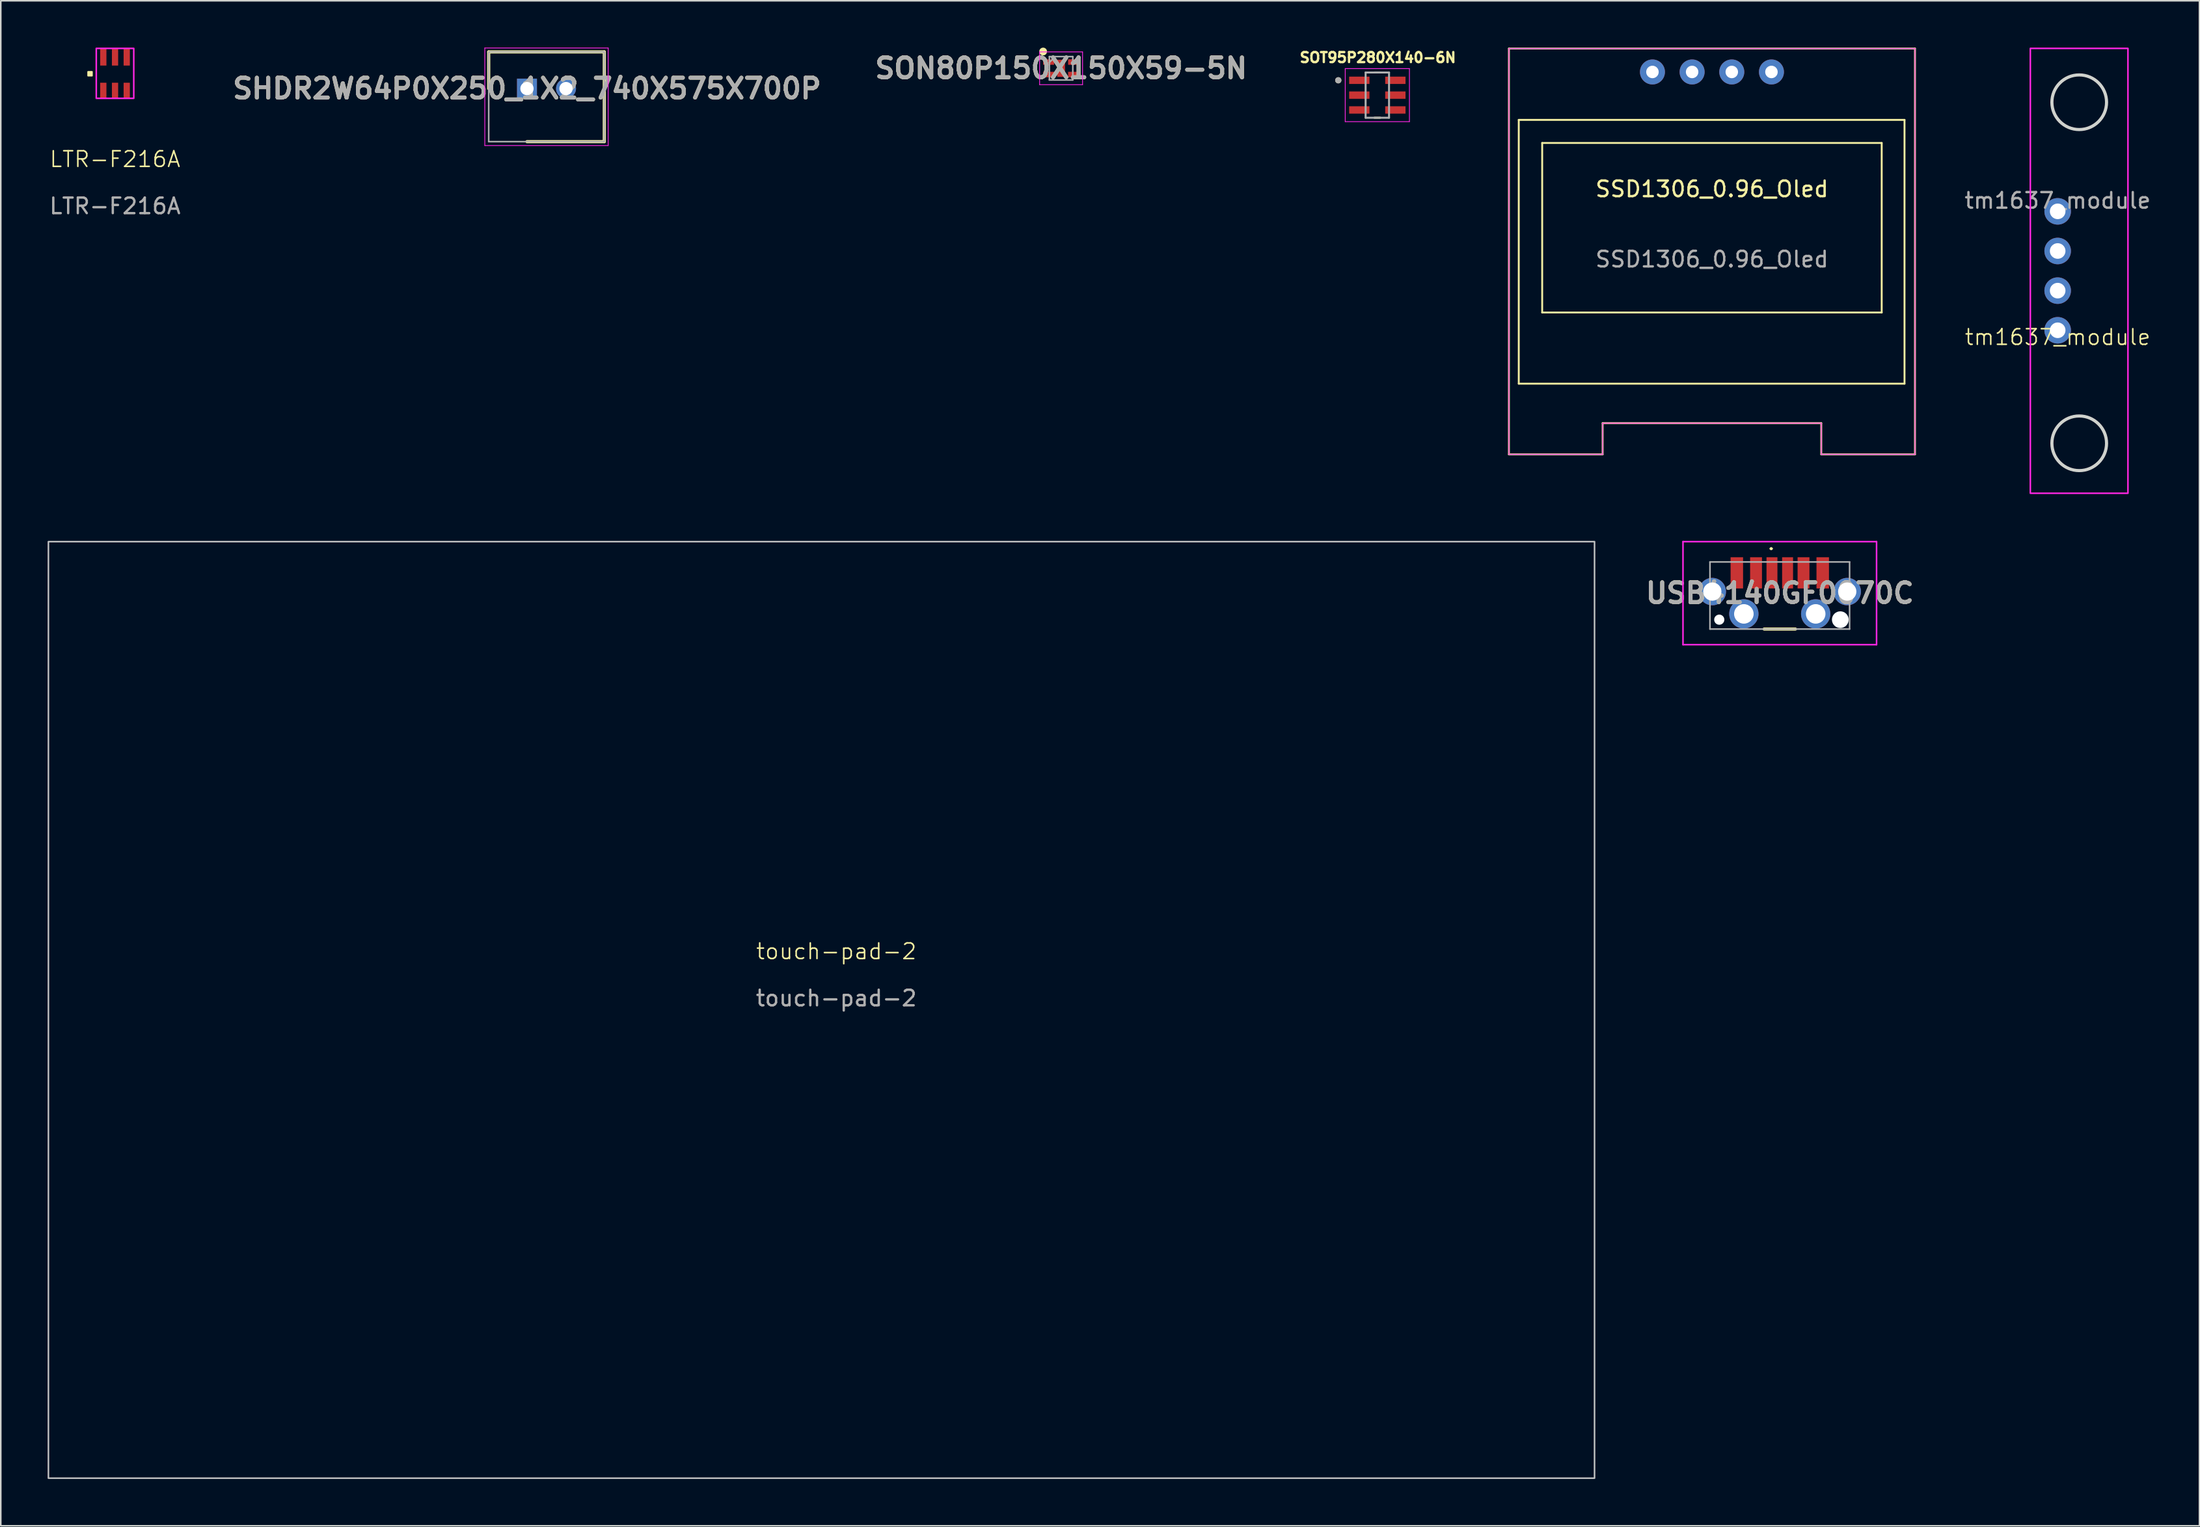
<source format=kicad_pcb>
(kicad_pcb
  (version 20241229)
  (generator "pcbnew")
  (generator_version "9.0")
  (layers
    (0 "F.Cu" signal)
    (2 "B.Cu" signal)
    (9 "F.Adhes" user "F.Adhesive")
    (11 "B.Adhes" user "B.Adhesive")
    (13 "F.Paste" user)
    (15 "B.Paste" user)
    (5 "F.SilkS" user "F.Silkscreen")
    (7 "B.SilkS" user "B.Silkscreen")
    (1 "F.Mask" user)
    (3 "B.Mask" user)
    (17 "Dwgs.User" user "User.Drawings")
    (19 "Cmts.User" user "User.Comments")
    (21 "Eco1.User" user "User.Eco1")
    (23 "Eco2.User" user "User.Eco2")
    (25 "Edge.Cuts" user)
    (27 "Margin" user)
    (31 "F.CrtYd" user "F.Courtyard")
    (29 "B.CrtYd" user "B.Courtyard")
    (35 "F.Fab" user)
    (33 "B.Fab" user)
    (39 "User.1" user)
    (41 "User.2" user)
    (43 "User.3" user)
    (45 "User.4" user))
  (footprint "LTR-F216A"
    (layer "F.Cu")
    (at 4.315 1.65)
    (property "Reference" "LTR-F216A" (at 0 5.5 0) (unlocked yes) (layer "F.SilkS") (effects (font (size 1 1) (thickness 0.1))))
    (attr smd)
    (fp_rect (start -1.725 -0.1) (end -1.475 0.15) (stroke (width 0.1) (type solid)) (fill yes) (layer "F.SilkS"))
    (fp_rect (start -1.2 -1.6) (end 1.2 1.6) (stroke (width 0.1) (type default)) (fill no) (layer "F.CrtYd"))
    (fp_text user "${REFERENCE}" (at 0 8.5 0) (unlocked yes) (layer "F.Fab") (effects (font (size 1 1) (thickness 0.15))))
    (pad "1" smd rect (at -0.75 1.1 180) (size 0.4 1) (layers "F.Cu" "F.Mask" "F.Paste"))
    (pad "2" smd rect (at 0 1.1 180) (size 0.4 1) (layers "F.Cu" "F.Mask" "F.Paste"))
    (pad "3" smd rect (at 0.75 1.1 180) (size 0.4 1) (layers "F.Cu" "F.Mask" "F.Paste"))
    (pad "4" smd rect (at 0.75 -1.05 180) (size 0.4 1.1) (layers "F.Cu" "F.Mask" "F.Paste"))
    (pad "5" smd rect (at 0 -1.05 180) (size 0.4 1.1) (layers "F.Cu" "F.Mask" "F.Paste"))
    (pad "6" smd rect (at -0.75 -1.05 180) (size 0.4 1.1) (layers "F.Cu" "F.Mask" "F.Paste")))
  (footprint "touch-pad-2"
    (layer "F.Cu")
    (at 50.5 58.4)
    (property "Reference" "touch-pad-2" (at 0 -0.5 0) (unlocked yes) (layer "F.SilkS") (effects (font (size 1 1) (thickness 0.1))))
    (attr smd)
    (fp_rect (start -50.45 -26.75) (end 48.55 33.25) (stroke (width 0.1) (type default)) (fill no) (layer "Dwgs.User"))
    (fp_text user "${REFERENCE}" (at 0 2.5 0) (unlocked yes) (layer "F.Fab") (effects (font (size 1 1) (thickness 0.15)))))
  (footprint "SHDR2W64P0X250_1X2_740X575X700P"
    (layer "F.Cu")
    (at 30.693 2.625)
    (property "Reference" "SHDR2W64P0X250_1X2_740X575X700P" (at 0 0 0) (layer "F.SilkS") (effects (font (size 1.27 1.27) (thickness 0.254))))
    (attr through_hole)
    (fp_line (start -2.45 -2.35) (end -2.45 0) (stroke (width 0.2) (type solid)) (layer "F.SilkS"))
    (fp_line (start 0 3.4) (end 4.95 3.4) (stroke (width 0.2) (type solid)) (layer "F.SilkS"))
    (fp_line (start 4.95 -2.35) (end -2.45 -2.35) (stroke (width 0.2) (type solid)) (layer "F.SilkS"))
    (fp_line (start 4.95 3.4) (end 4.95 -2.35) (stroke (width 0.2) (type solid)) (layer "F.SilkS"))
    (fp_line (start -2.7 -2.6) (end 5.2 -2.6) (stroke (width 0.05) (type solid)) (layer "F.CrtYd"))
    (fp_line (start -2.7 3.65) (end -2.7 -2.6) (stroke (width 0.05) (type solid)) (layer "F.CrtYd"))
    (fp_line (start 5.2 -2.6) (end 5.2 3.65) (stroke (width 0.05) (type solid)) (layer "F.CrtYd"))
    (fp_line (start 5.2 3.65) (end -2.7 3.65) (stroke (width 0.05) (type solid)) (layer "F.CrtYd"))
    (fp_line (start -2.45 -2.35) (end 4.95 -2.35) (stroke (width 0.1) (type solid)) (layer "F.Fab"))
    (fp_line (start -2.45 3.4) (end -2.45 -2.35) (stroke (width 0.1) (type solid)) (layer "F.Fab"))
    (fp_line (start 4.95 -2.35) (end 4.95 3.4) (stroke (width 0.1) (type solid)) (layer "F.Fab"))
    (fp_line (start 4.95 3.4) (end -2.45 3.4) (stroke (width 0.1) (type solid)) (layer "F.Fab"))
    (fp_text user "${REFERENCE}" (at 0 0 0) (layer "F.Fab") (effects (font (size 1.27 1.27) (thickness 0.254))))
    (pad "1" thru_hole rect (at 0 0) (size 1.275 1.275) (drill 0.85) (layers "*.Cu" "*.Mask"))
    (pad "2" thru_hole circle (at 2.5 0) (size 1.275 1.275) (drill 0.85) (layers "*.Cu" "*.Mask")))
  (footprint "SON80P150X150X59-5N"
    (layer "F.Cu")
    (at 64.893 1.325)
    (property "Reference" "SON80P150X150X59-5N" (at 0 0 0) (layer "F.SilkS") (effects (font (size 1.27 1.27) (thickness 0.254))))
    (attr smd)
    (fp_circle (center -1.15 -1.075) (end -1.15 -0.95) (stroke (width 0.25) (type solid)) (fill no) (layer "F.SilkS"))
    (fp_line (start -1.375 -1.05) (end 1.375 -1.05) (stroke (width 0.05) (type solid)) (layer "F.CrtYd"))
    (fp_line (start -1.375 1.05) (end -1.375 -1.05) (stroke (width 0.05) (type solid)) (layer "F.CrtYd"))
    (fp_line (start 1.375 -1.05) (end 1.375 1.05) (stroke (width 0.05) (type solid)) (layer "F.CrtYd"))
    (fp_line (start 1.375 1.05) (end -1.375 1.05) (stroke (width 0.05) (type solid)) (layer "F.CrtYd"))
    (fp_line (start -0.75 -0.75) (end 0.75 -0.75) (stroke (width 0.1) (type solid)) (layer "F.Fab"))
    (fp_line (start -0.75 -0.375) (end -0.375 -0.75) (stroke (width 0.1) (type solid)) (layer "F.Fab"))
    (fp_line (start -0.75 0.75) (end -0.75 -0.75) (stroke (width 0.1) (type solid)) (layer "F.Fab"))
    (fp_line (start 0.75 -0.75) (end 0.75 0.75) (stroke (width 0.1) (type solid)) (layer "F.Fab"))
    (fp_line (start 0.75 0.75) (end -0.75 0.75) (stroke (width 0.1) (type solid)) (layer "F.Fab"))
    (fp_text user "${REFERENCE}" (at 0 0 0) (layer "F.Fab") (effects (font (size 1.27 1.27) (thickness 0.254))))
    (pad "1" smd rect (at -0.8 -0.4 90) (size 0.35 0.7) (layers "F.Cu" "F.Mask" "F.Paste"))
    (pad "2" smd rect (at -0.8 0.4 90) (size 0.35 0.7) (layers "F.Cu" "F.Mask" "F.Paste"))
    (pad "3" smd rect (at 0.8 0.4 90) (size 0.35 0.7) (layers "F.Cu" "F.Mask" "F.Paste"))
    (pad "4" smd rect (at 0.8 -0.4 90) (size 0.35 0.7) (layers "F.Cu" "F.Mask" "F.Paste"))
    (pad "5" smd rect (at 0 0) (size 0.5 1.1) (layers "F.Cu" "F.Mask" "F.Paste")))
  (footprint "USB4140GF0070C"
    (layer "F.Cu")
    (at 110.911 35.1)
    (property "Reference" "USB4140GF0070C" (at 0 -0.15 0) (layer "F.SilkS") (effects (font (size 1.27 1.27) (thickness 0.254))))
    (attr through_hole)
    (fp_line (start -1 2.15) (end 1 2.15) (stroke (width 0.2) (type solid)) (layer "F.SilkS"))
    (fp_line (start -0.6 -3) (end -0.6 -3) (stroke (width 0.1) (type solid)) (layer "F.SilkS"))
    (fp_line (start -0.5 -3) (end -0.5 -3) (stroke (width 0.1) (type solid)) (layer "F.SilkS"))
    (fp_arc (start -0.6 -3) (mid -0.55 -3.05) (end -0.5 -3) (stroke (width 0.1) (type solid)) (layer "F.SilkS"))
    (fp_arc (start -0.5 -3) (mid -0.55 -2.95) (end -0.6 -3) (stroke (width 0.1) (type solid)) (layer "F.SilkS"))
    (fp_line (start -6.197 -3.45) (end 6.197 -3.45) (stroke (width 0.1) (type solid)) (layer "F.CrtYd"))
    (fp_line (start -6.197 3.15) (end -6.197 -3.45) (stroke (width 0.1) (type solid)) (layer "F.CrtYd"))
    (fp_line (start 6.197 -3.45) (end 6.197 3.15) (stroke (width 0.1) (type solid)) (layer "F.CrtYd"))
    (fp_line (start 6.197 3.15) (end -6.197 3.15) (stroke (width 0.1) (type solid)) (layer "F.CrtYd"))
    (fp_line (start -4.47 -2.15) (end 4.47 -2.15) (stroke (width 0.1) (type solid)) (layer "F.Fab"))
    (fp_line (start -4.47 2.15) (end -4.47 -2.15) (stroke (width 0.1) (type solid)) (layer "F.Fab"))
    (fp_line (start 4.47 -2.15) (end 4.47 2.15) (stroke (width 0.1) (type solid)) (layer "F.Fab"))
    (fp_line (start 4.47 2.15) (end -4.47 2.15) (stroke (width 0.1) (type solid)) (layer "F.Fab"))
    (fp_text user "${REFERENCE}" (at 0 -0.15 0) (layer "F.Fab") (effects (font (size 1.27 1.27) (thickness 0.254))))
    (pad "" np_thru_hole circle (at -3.875 1.55) (size 0.65 0.65) (drill 0.65) (layers "*.Cu" "*.Mask"))
    (pad "" np_thru_hole circle (at 3.875 1.55) (size 1.07 1.07) (drill 1.07) (layers "*.Cu" "*.Mask"))
    (pad "A5" smd rect (at -0.5 -1.45) (size 0.7 2) (layers "F.Cu" "F.Mask" "F.Paste"))
    (pad "A9" smd rect (at 1.52 -1.45) (size 0.76 2) (layers "F.Cu" "F.Mask" "F.Paste"))
    (pad "A12" smd rect (at 2.75 -1.45) (size 0.8 2) (layers "F.Cu" "F.Mask" "F.Paste"))
    (pad "B5" smd rect (at 0.5 -1.45) (size 0.7 2) (layers "F.Cu" "F.Mask" "F.Paste"))
    (pad "B9" smd rect (at -1.52 -1.45) (size 0.76 2) (layers "F.Cu" "F.Mask" "F.Paste"))
    (pad "B12" smd rect (at -2.75 -1.45) (size 0.8 2) (layers "F.Cu" "F.Mask" "F.Paste"))
    (pad "MH1" thru_hole circle (at -4.32 -0.25) (size 1.755 1.755) (drill 1.17) (layers "*.Cu" "*.Mask"))
    (pad "MH2" thru_hole circle (at 4.32 -0.25) (size 1.755 1.755) (drill 1.17) (layers "*.Cu" "*.Mask"))
    (pad "MH3" thru_hole circle (at -2.3 1.18) (size 1.875 1.875) (drill 1.25) (layers "*.Cu" "*.Mask"))
    (pad "MH4" thru_hole circle (at 2.3 1.18) (size 1.875 1.875) (drill 1.25) (layers "*.Cu" "*.Mask")))
  (footprint "SSD1306_0.96_Oled"
    (layer "F.Cu")
    (at 93.568 26.06)
    (property "Reference" "SSD1306_0.96_Oled" (at 13 -17 0) (unlocked yes) (layer "F.SilkS") (effects (font (size 1 1) (thickness 0.15))))
    (attr through_hole)
    (fp_line (start 0 -26) (end 0 0) (stroke (width 0.12) (type solid)) (layer "F.SilkS"))
    (fp_line (start 0 0) (end 6 0) (stroke (width 0.12) (type solid)) (layer "F.SilkS"))
    (fp_line (start 0.63 -21.43) (end 0.63 -4.53) (stroke (width 0.12) (type solid)) (layer "F.SilkS"))
    (fp_line (start 0.63 -4.53) (end 25.33 -4.53) (stroke (width 0.12) (type solid)) (layer "F.SilkS"))
    (fp_line (start 2.13 -19.95) (end 2.13 -9.09) (stroke (width 0.12) (type solid)) (layer "F.SilkS"))
    (fp_line (start 2.13 -9.09) (end 23.87 -9.09) (stroke (width 0.12) (type solid)) (layer "F.SilkS"))
    (fp_line (start 6 -2) (end 20 -2) (stroke (width 0.12) (type solid)) (layer "F.SilkS"))
    (fp_line (start 6 0) (end 6 -2) (stroke (width 0.12) (type solid)) (layer "F.SilkS"))
    (fp_line (start 20 -2) (end 20 0) (stroke (width 0.12) (type solid)) (layer "F.SilkS"))
    (fp_line (start 20 0) (end 26 0) (stroke (width 0.12) (type solid)) (layer "F.SilkS"))
    (fp_line (start 23.87 -19.95) (end 2.13 -19.95) (stroke (width 0.12) (type solid)) (layer "F.SilkS"))
    (fp_line (start 23.87 -9.09) (end 23.87 -19.95) (stroke (width 0.12) (type solid)) (layer "F.SilkS"))
    (fp_line (start 25.33 -21.43) (end 0.63 -21.43) (stroke (width 0.12) (type solid)) (layer "F.SilkS"))
    (fp_line (start 25.33 -4.53) (end 25.33 -21.43) (stroke (width 0.12) (type solid)) (layer "F.SilkS"))
    (fp_line (start 26 -26) (end 0 -26) (stroke (width 0.12) (type solid)) (layer "F.SilkS"))
    (fp_line (start 26 0) (end 26 -26) (stroke (width 0.12) (type solid)) (layer "F.SilkS"))
    (fp_line (start 0 -26) (end 0 0) (stroke (width 0.05) (type solid)) (layer "F.CrtYd"))
    (fp_line (start 0 0) (end 6 0) (stroke (width 0.05) (type solid)) (layer "F.CrtYd"))
    (fp_line (start 6 -2) (end 20 -2) (stroke (width 0.05) (type solid)) (layer "F.CrtYd"))
    (fp_line (start 6 0) (end 6 -2) (stroke (width 0.05) (type solid)) (layer "F.CrtYd"))
    (fp_line (start 20 -2) (end 20 0) (stroke (width 0.05) (type solid)) (layer "F.CrtYd"))
    (fp_line (start 20 0) (end 26 0) (stroke (width 0.05) (type solid)) (layer "F.CrtYd"))
    (fp_line (start 26 -26) (end 0 -26) (stroke (width 0.05) (type solid)) (layer "F.CrtYd"))
    (fp_line (start 26 0) (end 26 -26) (stroke (width 0.05) (type solid)) (layer "F.CrtYd"))
    (fp_text user "${REFERENCE}" (at 13 -12.5 0) (unlocked yes) (layer "F.Fab") (effects (font (size 1 1) (thickness 0.15))))
    (pad "1" thru_hole circle (at 9.19 -24.5) (size 1.6 1.6) (drill 0.8) (layers "*.Cu" "*.Mask"))
    (pad "2" thru_hole circle (at 11.73 -24.5) (size 1.6 1.6) (drill 0.8) (layers "*.Cu" "*.Mask"))
    (pad "3" thru_hole circle (at 14.27 -24.5) (size 1.6 1.6) (drill 0.8) (layers "*.Cu" "*.Mask"))
    (pad "4" thru_hole circle (at 16.81 -24.5) (size 1.6 1.6) (drill 0.8) (layers "*.Cu" "*.Mask")))
  (footprint "tm1637_module"
    (layer "F.Cu")
    (at 128.705 14.3)
    (property "Reference" "tm1637_module" (at 0 4.25 0) (unlocked yes) (layer "F.SilkS") (effects (font (size 1 1) (thickness 0.1))))
    (attr smd)
    (fp_circle (center 1.38 -10.8) (end 1.38 -12.55) (stroke (width 0.2) (type default)) (fill no) (layer "Edge.Cuts"))
    (fp_circle (center 1.38 11.05) (end 1.38 9.3) (stroke (width 0.2) (type default)) (fill no) (layer "Edge.Cuts"))
    (fp_rect (start -1.75 -14.25) (end 4.5 14.25) (stroke (width 0.1) (type default)) (fill no) (layer "F.CrtYd"))
    (fp_text user "${REFERENCE}" (at 0 -4.5 0) (unlocked yes) (layer "F.Fab") (effects (font (size 1 1) (thickness 0.15))))
    (pad "1" thru_hole circle (at 0 -3.81) (size 1.7 1.7) (drill 1) (layers "*.Cu" "*.Mask"))
    (pad "2" thru_hole oval (at 0 -1.27) (size 1.7 1.7) (drill 1) (layers "*.Cu" "*.Mask"))
    (pad "3" thru_hole oval (at 0 1.27) (size 1.7 1.7) (drill 1) (layers "*.Cu" "*.Mask"))
    (pad "4" thru_hole oval (at 0 3.81) (size 1.7 1.7) (drill 1) (layers "*.Cu" "*.Mask")))
  (footprint "SOT95P280X140-6N"
    (layer "F.Cu")
    (at 85.142 3.044)
    (property "Reference" "SOT95P280X140-6N" (at 0.032 -2.406 0) (layer "F.SilkS") (effects (font (size 0.64 0.64) (thickness 0.15))))
    (attr smd)
    (fp_line (start -0.185 1.45) (end 0.185 1.45) (stroke (width 0.127) (type solid)) (layer "F.SilkS"))
    (fp_line (start 0.185 -1.45) (end -0.185 -1.45) (stroke (width 0.127) (type solid)) (layer "F.SilkS"))
    (fp_circle (center -2.5 -0.95) (end -2.4 -0.95) (stroke (width 0.2) (type solid)) (fill no) (layer "F.SilkS"))
    (fp_line (start -2.055 -1.7) (end 2.055 -1.7) (stroke (width 0.05) (type solid)) (layer "F.CrtYd"))
    (fp_line (start -2.055 1.7) (end -2.055 -1.7) (stroke (width 0.05) (type solid)) (layer "F.CrtYd"))
    (fp_line (start 2.055 -1.7) (end 2.055 1.7) (stroke (width 0.05) (type solid)) (layer "F.CrtYd"))
    (fp_line (start 2.055 1.7) (end -2.055 1.7) (stroke (width 0.05) (type solid)) (layer "F.CrtYd"))
    (fp_line (start -0.75 -1.45) (end -0.75 1.45) (stroke (width 0.127) (type solid)) (layer "F.Fab"))
    (fp_line (start -0.75 1.45) (end 0.75 1.45) (stroke (width 0.127) (type solid)) (layer "F.Fab"))
    (fp_line (start 0.75 -1.45) (end -0.75 -1.45) (stroke (width 0.127) (type solid)) (layer "F.Fab"))
    (fp_line (start 0.75 1.45) (end 0.75 -1.45) (stroke (width 0.127) (type solid)) (layer "F.Fab"))
    (fp_circle (center -2.5 -0.95) (end -2.4 -0.95) (stroke (width 0.2) (type solid)) (fill no) (layer "F.Fab"))
    (pad "1" smd rect (at -1.155 -0.95) (size 1.3 0.47) (layers "F.Cu" "F.Mask" "F.Paste"))
    (pad "2" smd rect (at -1.155 0) (size 1.3 0.47) (layers "F.Cu" "F.Mask" "F.Paste"))
    (pad "3" smd rect (at -1.155 0.95) (size 1.3 0.47) (layers "F.Cu" "F.Mask" "F.Paste"))
    (pad "4" smd rect (at 1.155 0.95) (size 1.3 0.47) (layers "F.Cu" "F.Mask" "F.Paste"))
    (pad "5" smd rect (at 1.155 0) (size 1.3 0.47) (layers "F.Cu" "F.Mask" "F.Paste"))
    (pad "6" smd rect (at 1.155 -0.95) (size 1.3 0.47) (layers "F.Cu" "F.Mask" "F.Paste")))
  (gr_rect
    (start -3 -3)
    (end 137.783 94.7)
    (stroke (width 0.1) (type default))
    (fill no)
    (layer "Edge.Cuts")))
</source>
